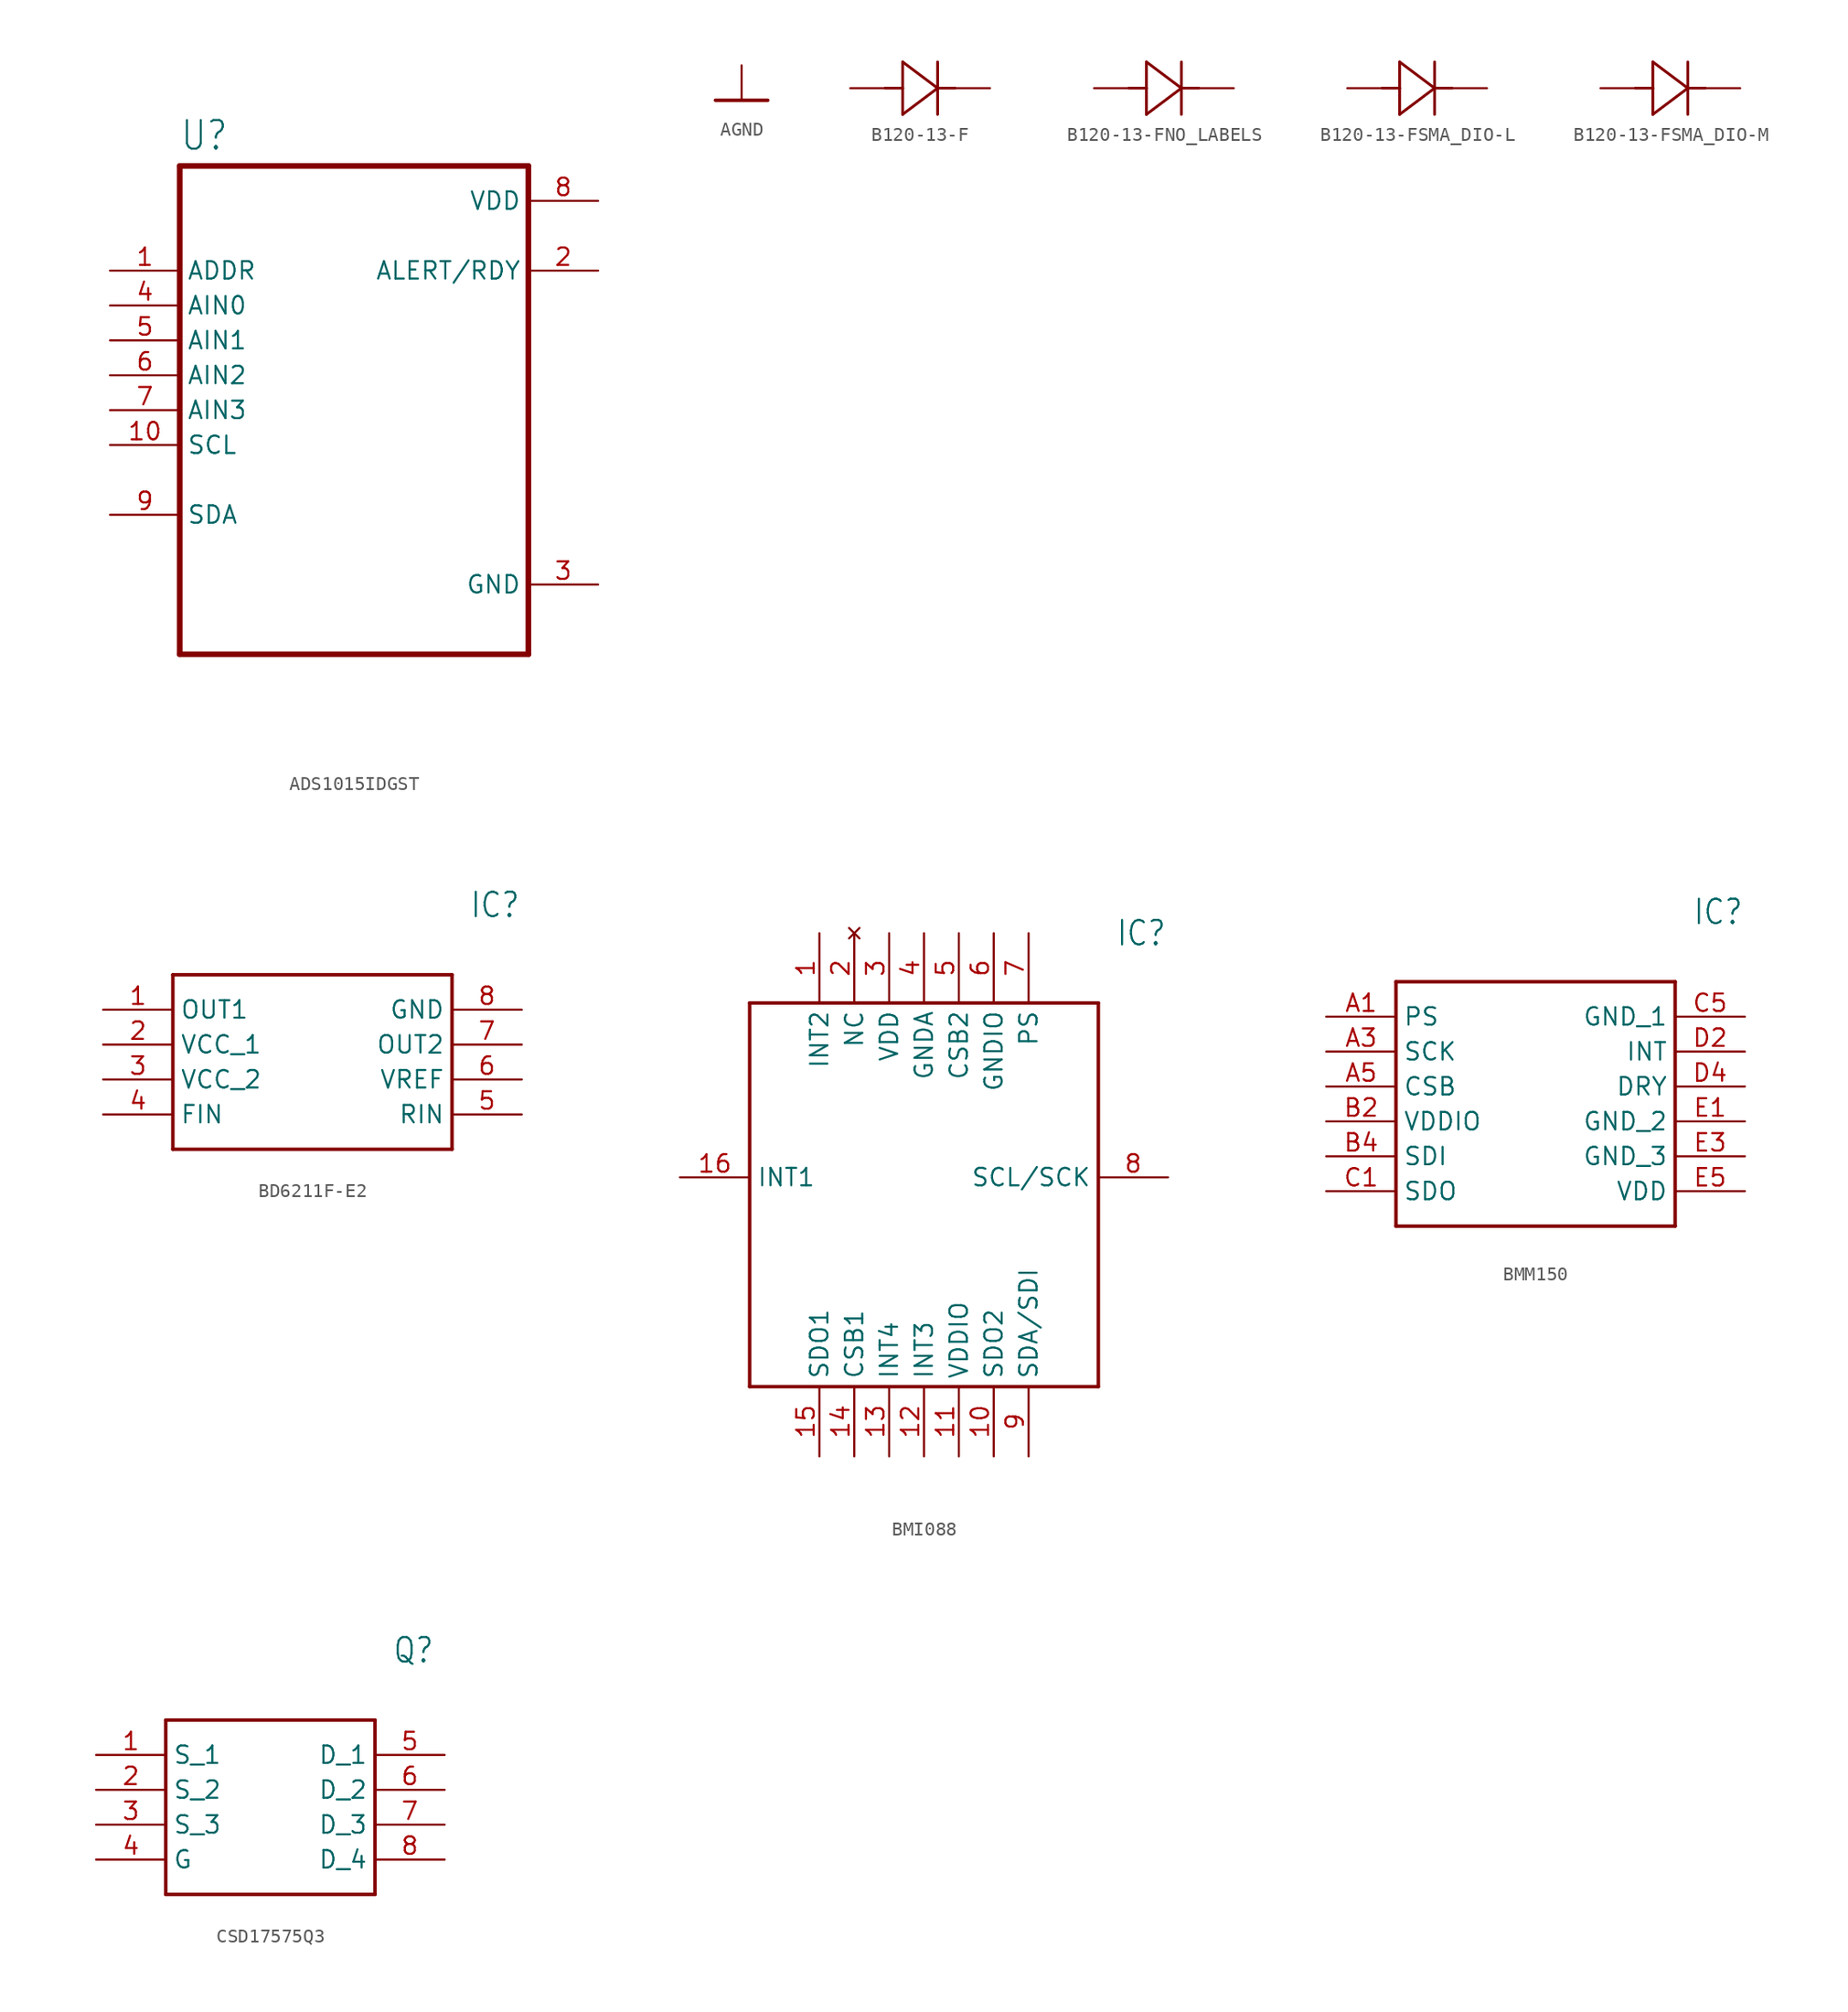
<source format=kicad_sym>
(kicad_symbol_lib
  (version 20231120)
  (generator "kicad_symbol_editor")
  (generator_version "8.0")
  (symbol "ADS1015IDGST"
    (property "Reference" "U"
      (at -12.7 18.78 0)
      (effects (font (size 2.083 1.77)) (justify left bottom)))
    (property "Value" ""
      (at -12.7 -21.78 0)
      (effects (font (size 2.083 1.77)) (justify left bottom)))
    (property "ki_locked" ""
      (at 0 0 0)
      (effects (font (size 1.27 1.27))))
    (symbol "ADS1015IDGST_1_0"
      (polyline (pts (xy -12.7 -17.78) (xy -12.7 17.78)) (stroke (width 0.41) (type solid)) (fill (type none)))
      (polyline (pts (xy -12.7 17.78) (xy 12.7 17.78)) (stroke (width 0.41) (type solid)) (fill (type none)))
      (polyline (pts (xy 12.7 -17.78) (xy -12.7 -17.78)) (stroke (width 0.41) (type solid)) (fill (type none)))
      (polyline (pts (xy 12.7 17.78) (xy 12.7 -17.78)) (stroke (width 0.41) (type solid)) (fill (type none)))
      (pin input line (at -17.78 10.16 0) (length 5.08) (name "ADDR" (effects (font (size 1.27 1.27)))) (number "1" (effects (font (size 1.27 1.27)))))
      (pin input line (at -17.78 -2.54 0) (length 5.08) (name "SCL" (effects (font (size 1.27 1.27)))) (number "10" (effects (font (size 1.27 1.27)))))
      (pin output line (at 17.78 10.16 180) (length 5.08) (name "ALERT/RDY" (effects (font (size 1.27 1.27)))) (number "2" (effects (font (size 1.27 1.27)))))
      (pin power_in line (at 17.78 -12.7 180) (length 5.08) (name "GND" (effects (font (size 1.27 1.27)))) (number "3" (effects (font (size 1.27 1.27)))))
      (pin input line (at -17.78 7.62 0) (length 5.08) (name "AIN0" (effects (font (size 1.27 1.27)))) (number "4" (effects (font (size 1.27 1.27)))))
      (pin input line (at -17.78 5.08 0) (length 5.08) (name "AIN1" (effects (font (size 1.27 1.27)))) (number "5" (effects (font (size 1.27 1.27)))))
      (pin input line (at -17.78 2.54 0) (length 5.08) (name "AIN2" (effects (font (size 1.27 1.27)))) (number "6" (effects (font (size 1.27 1.27)))))
      (pin input line (at -17.78 0 0) (length 5.08) (name "AIN3" (effects (font (size 1.27 1.27)))) (number "7" (effects (font (size 1.27 1.27)))))
      (pin power_in line (at 17.78 15.24 180) (length 5.08) (name "VDD" (effects (font (size 1.27 1.27)))) (number "8" (effects (font (size 1.27 1.27)))))
      (pin bidirectional line (at -17.78 -7.62 0) (length 5.08) (name "SDA" (effects (font (size 1.27 1.27)))) (number "9" (effects (font (size 1.27 1.27)))))))
  (symbol "AGND"
    (power)
    (property "Reference" ""
      (at 0 0 0)
      (effects (font (size 1.27 1.27)) (hide yes)))
    (property "Value" ""
      (at 0 -0.254 0)
      (effects (font (size 1.778 1.511)) (justify top)))
    (property "ki_locked" ""
      (at 0 0 0)
      (effects (font (size 1.27 1.27))))
    (symbol "AGND_1_0"
      (polyline (pts (xy -1.905 0) (xy 1.905 0)) (stroke (width 0.254) (type solid)) (fill (type none)))
      (pin power_in line (at 0 2.54 270) (length 2.54) (name "AGND" (effects (font (size 0 0)))) (number "1" (effects (font (size 0 0)))))))
  (symbol "B120-13-F"
    (property "Reference" "CR"
      (at -2.819 2.692 0)
      (effects (font (size 3.48 2.958)) (justify left bottom) (hide yes)))
    (property "ki_locked" ""
      (at 0 0 0)
      (effects (font (size 1.27 1.27))))
    (symbol "B120-13-F_1_0"
      (polyline (pts (xy 2.54 0) (xy 3.81 0)) (stroke (width 0.203) (type solid)) (fill (type none)))
      (polyline (pts (xy 3.81 -1.905) (xy 6.35 0)) (stroke (width 0.203) (type solid)) (fill (type none)))
      (polyline (pts (xy 3.81 0) (xy 3.81 -1.905)) (stroke (width 0.203) (type solid)) (fill (type none)))
      (polyline (pts (xy 3.81 1.905) (xy 3.81 0)) (stroke (width 0.203) (type solid)) (fill (type none)))
      (polyline (pts (xy 6.35 -1.905) (xy 6.35 0)) (stroke (width 0.203) (type solid)) (fill (type none)))
      (polyline (pts (xy 6.35 0) (xy 3.81 1.905)) (stroke (width 0.203) (type solid)) (fill (type none)))
      (polyline (pts (xy 6.35 0) (xy 6.35 1.905)) (stroke (width 0.203) (type solid)) (fill (type none)))
      (polyline (pts (xy 6.35 0) (xy 7.62 0)) (stroke (width 0.203) (type solid)) (fill (type none)))
      (pin passive line (at 10.16 0 180) (length 2.54) (name "1" (effects (font (size 0 0)))) (number "1" (effects (font (size 0 0)))))
      (pin passive line (at 0 0 0) (length 2.54) (name "2" (effects (font (size 0 0)))) (number "2" (effects (font (size 0 0)))))))
  (symbol "B120-13-FNO_LABELS"
    (property "Reference" "CR"
      (at -2.819 2.692 0)
      (effects (font (size 3.48 2.958)) (justify left bottom) (hide yes)))
    (property "ki_locked" ""
      (at 0 0 0)
      (effects (font (size 1.27 1.27))))
    (symbol "B120-13-FNO_LABELS_1_0"
      (polyline (pts (xy 2.54 0) (xy 3.81 0)) (stroke (width 0.203) (type solid)) (fill (type none)))
      (polyline (pts (xy 3.81 -1.905) (xy 6.35 0)) (stroke (width 0.203) (type solid)) (fill (type none)))
      (polyline (pts (xy 3.81 0) (xy 3.81 -1.905)) (stroke (width 0.203) (type solid)) (fill (type none)))
      (polyline (pts (xy 3.81 1.905) (xy 3.81 0)) (stroke (width 0.203) (type solid)) (fill (type none)))
      (polyline (pts (xy 6.35 -1.905) (xy 6.35 0)) (stroke (width 0.203) (type solid)) (fill (type none)))
      (polyline (pts (xy 6.35 0) (xy 3.81 1.905)) (stroke (width 0.203) (type solid)) (fill (type none)))
      (polyline (pts (xy 6.35 0) (xy 6.35 1.905)) (stroke (width 0.203) (type solid)) (fill (type none)))
      (polyline (pts (xy 6.35 0) (xy 7.62 0)) (stroke (width 0.203) (type solid)) (fill (type none)))
      (pin passive line (at 10.16 0 180) (length 2.54) (name "1" (effects (font (size 0 0)))) (number "1" (effects (font (size 0 0)))))
      (pin passive line (at 0 0 0) (length 2.54) (name "2" (effects (font (size 0 0)))) (number "2" (effects (font (size 0 0)))))))
  (symbol "B120-13-FSMA_DIO-L"
    (property "Reference" "CR"
      (at -2.819 2.692 0)
      (effects (font (size 3.48 2.958)) (justify left bottom) (hide yes)))
    (property "ki_locked" ""
      (at 0 0 0)
      (effects (font (size 1.27 1.27))))
    (symbol "B120-13-FSMA_DIO-L_1_0"
      (polyline (pts (xy 2.54 0) (xy 3.81 0)) (stroke (width 0.203) (type solid)) (fill (type none)))
      (polyline (pts (xy 3.81 -1.905) (xy 6.35 0)) (stroke (width 0.203) (type solid)) (fill (type none)))
      (polyline (pts (xy 3.81 0) (xy 3.81 -1.905)) (stroke (width 0.203) (type solid)) (fill (type none)))
      (polyline (pts (xy 3.81 1.905) (xy 3.81 0)) (stroke (width 0.203) (type solid)) (fill (type none)))
      (polyline (pts (xy 6.35 -1.905) (xy 6.35 0)) (stroke (width 0.203) (type solid)) (fill (type none)))
      (polyline (pts (xy 6.35 0) (xy 3.81 1.905)) (stroke (width 0.203) (type solid)) (fill (type none)))
      (polyline (pts (xy 6.35 0) (xy 6.35 1.905)) (stroke (width 0.203) (type solid)) (fill (type none)))
      (polyline (pts (xy 6.35 0) (xy 7.62 0)) (stroke (width 0.203) (type solid)) (fill (type none)))
      (pin passive line (at 10.16 0 180) (length 2.54) (name "1" (effects (font (size 0 0)))) (number "1" (effects (font (size 0 0)))))
      (pin passive line (at 0 0 0) (length 2.54) (name "2" (effects (font (size 0 0)))) (number "2" (effects (font (size 0 0)))))))
  (symbol "B120-13-FSMA_DIO-M"
    (property "Reference" "CR"
      (at -2.819 2.692 0)
      (effects (font (size 3.48 2.958)) (justify left bottom) (hide yes)))
    (property "ki_locked" ""
      (at 0 0 0)
      (effects (font (size 1.27 1.27))))
    (symbol "B120-13-FSMA_DIO-M_1_0"
      (polyline (pts (xy 2.54 0) (xy 3.81 0)) (stroke (width 0.203) (type solid)) (fill (type none)))
      (polyline (pts (xy 3.81 -1.905) (xy 6.35 0)) (stroke (width 0.203) (type solid)) (fill (type none)))
      (polyline (pts (xy 3.81 0) (xy 3.81 -1.905)) (stroke (width 0.203) (type solid)) (fill (type none)))
      (polyline (pts (xy 3.81 1.905) (xy 3.81 0)) (stroke (width 0.203) (type solid)) (fill (type none)))
      (polyline (pts (xy 6.35 -1.905) (xy 6.35 0)) (stroke (width 0.203) (type solid)) (fill (type none)))
      (polyline (pts (xy 6.35 0) (xy 3.81 1.905)) (stroke (width 0.203) (type solid)) (fill (type none)))
      (polyline (pts (xy 6.35 0) (xy 6.35 1.905)) (stroke (width 0.203) (type solid)) (fill (type none)))
      (polyline (pts (xy 6.35 0) (xy 7.62 0)) (stroke (width 0.203) (type solid)) (fill (type none)))
      (pin passive line (at 10.16 0 180) (length 2.54) (name "1" (effects (font (size 0 0)))) (number "1" (effects (font (size 0 0)))))
      (pin passive line (at 0 0 0) (length 2.54) (name "2" (effects (font (size 0 0)))) (number "2" (effects (font (size 0 0)))))))
  (symbol "BD6211F-E2"
    (property "Reference" "IC"
      (at 26.67 7.62 0)
      (effects (font (size 1.778 1.511)) (justify left)))
    (property "Value" ""
      (at 26.67 5.08 0)
      (effects (font (size 1.778 1.511)) (justify left)))
    (property "ki_locked" ""
      (at 0 0 0)
      (effects (font (size 1.27 1.27))))
    (symbol "BD6211F-E2_1_0"
      (polyline (pts (xy 5.08 2.54) (xy 5.08 -10.16)) (stroke (width 0.254) (type solid)) (fill (type none)))
      (polyline (pts (xy 5.08 2.54) (xy 25.4 2.54)) (stroke (width 0.254) (type solid)) (fill (type none)))
      (polyline (pts (xy 25.4 -10.16) (xy 5.08 -10.16)) (stroke (width 0.254) (type solid)) (fill (type none)))
      (polyline (pts (xy 25.4 -10.16) (xy 25.4 2.54)) (stroke (width 0.254) (type solid)) (fill (type none)))
      (pin bidirectional line (at 0 0 0) (length 5.08) (name "OUT1" (effects (font (size 1.27 1.27)))) (number "1" (effects (font (size 1.27 1.27)))))
      (pin bidirectional line (at 0 -2.54 0) (length 5.08) (name "VCC_1" (effects (font (size 1.27 1.27)))) (number "2" (effects (font (size 1.27 1.27)))))
      (pin bidirectional line (at 0 -5.08 0) (length 5.08) (name "VCC_2" (effects (font (size 1.27 1.27)))) (number "3" (effects (font (size 1.27 1.27)))))
      (pin bidirectional line (at 0 -7.62 0) (length 5.08) (name "FIN" (effects (font (size 1.27 1.27)))) (number "4" (effects (font (size 1.27 1.27)))))
      (pin bidirectional line (at 30.48 -7.62 180) (length 5.08) (name "RIN" (effects (font (size 1.27 1.27)))) (number "5" (effects (font (size 1.27 1.27)))))
      (pin bidirectional line (at 30.48 -5.08 180) (length 5.08) (name "VREF" (effects (font (size 1.27 1.27)))) (number "6" (effects (font (size 1.27 1.27)))))
      (pin bidirectional line (at 30.48 -2.54 180) (length 5.08) (name "OUT2" (effects (font (size 1.27 1.27)))) (number "7" (effects (font (size 1.27 1.27)))))
      (pin bidirectional line (at 30.48 0 180) (length 5.08) (name "GND" (effects (font (size 1.27 1.27)))) (number "8" (effects (font (size 1.27 1.27)))))))
  (symbol "BMI088"
    (property "Reference" "IC"
      (at 31.75 17.78 0)
      (effects (font (size 1.778 1.511)) (justify left)))
    (property "Value" ""
      (at 31.75 15.24 0)
      (effects (font (size 1.778 1.511)) (justify left)))
    (property "ki_locked" ""
      (at 0 0 0)
      (effects (font (size 1.27 1.27))))
    (symbol "BMI088_1_0"
      (polyline (pts (xy 5.08 12.7) (xy 5.08 -15.24)) (stroke (width 0.254) (type solid)) (fill (type none)))
      (polyline (pts (xy 5.08 12.7) (xy 30.48 12.7)) (stroke (width 0.254) (type solid)) (fill (type none)))
      (polyline (pts (xy 30.48 -15.24) (xy 5.08 -15.24)) (stroke (width 0.254) (type solid)) (fill (type none)))
      (polyline (pts (xy 30.48 -15.24) (xy 30.48 12.7)) (stroke (width 0.254) (type solid)) (fill (type none)))
      (pin bidirectional line (at 10.16 17.78 270) (length 5.08) (name "INT2" (effects (font (size 1.27 1.27)))) (number "1" (effects (font (size 1.27 1.27)))))
      (pin bidirectional line (at 22.86 -20.32 90) (length 5.08) (name "SDO2" (effects (font (size 1.27 1.27)))) (number "10" (effects (font (size 1.27 1.27)))))
      (pin bidirectional line (at 20.32 -20.32 90) (length 5.08) (name "VDDIO" (effects (font (size 1.27 1.27)))) (number "11" (effects (font (size 1.27 1.27)))))
      (pin bidirectional line (at 17.78 -20.32 90) (length 5.08) (name "INT3" (effects (font (size 1.27 1.27)))) (number "12" (effects (font (size 1.27 1.27)))))
      (pin bidirectional line (at 15.24 -20.32 90) (length 5.08) (name "INT4" (effects (font (size 1.27 1.27)))) (number "13" (effects (font (size 1.27 1.27)))))
      (pin bidirectional line (at 12.7 -20.32 90) (length 5.08) (name "CSB1" (effects (font (size 1.27 1.27)))) (number "14" (effects (font (size 1.27 1.27)))))
      (pin bidirectional line (at 10.16 -20.32 90) (length 5.08) (name "SDO1" (effects (font (size 1.27 1.27)))) (number "15" (effects (font (size 1.27 1.27)))))
      (pin bidirectional line (at 0 0 0) (length 5.08) (name "INT1" (effects (font (size 1.27 1.27)))) (number "16" (effects (font (size 1.27 1.27)))))
      (pin no_connect line (at 12.7 17.78 270) (length 5.08) (name "NC" (effects (font (size 1.27 1.27)))) (number "2" (effects (font (size 1.27 1.27)))))
      (pin bidirectional line (at 15.24 17.78 270) (length 5.08) (name "VDD" (effects (font (size 1.27 1.27)))) (number "3" (effects (font (size 1.27 1.27)))))
      (pin bidirectional line (at 17.78 17.78 270) (length 5.08) (name "GNDA" (effects (font (size 1.27 1.27)))) (number "4" (effects (font (size 1.27 1.27)))))
      (pin bidirectional line (at 20.32 17.78 270) (length 5.08) (name "CSB2" (effects (font (size 1.27 1.27)))) (number "5" (effects (font (size 1.27 1.27)))))
      (pin bidirectional line (at 22.86 17.78 270) (length 5.08) (name "GNDIO" (effects (font (size 1.27 1.27)))) (number "6" (effects (font (size 1.27 1.27)))))
      (pin bidirectional line (at 25.4 17.78 270) (length 5.08) (name "PS" (effects (font (size 1.27 1.27)))) (number "7" (effects (font (size 1.27 1.27)))))
      (pin bidirectional line (at 35.56 0 180) (length 5.08) (name "SCL/SCK" (effects (font (size 1.27 1.27)))) (number "8" (effects (font (size 1.27 1.27)))))
      (pin bidirectional line (at 25.4 -20.32 90) (length 5.08) (name "SDA/SDI" (effects (font (size 1.27 1.27)))) (number "9" (effects (font (size 1.27 1.27)))))))
  (symbol "BMM150"
    (property "Reference" "IC"
      (at 26.67 7.62 0)
      (effects (font (size 1.778 1.511)) (justify left)))
    (property "Value" ""
      (at 26.67 5.08 0)
      (effects (font (size 1.778 1.511)) (justify left)))
    (property "ki_locked" ""
      (at 0 0 0)
      (effects (font (size 1.27 1.27))))
    (symbol "BMM150_1_0"
      (polyline (pts (xy 5.08 2.54) (xy 5.08 -15.24)) (stroke (width 0.254) (type solid)) (fill (type none)))
      (polyline (pts (xy 5.08 2.54) (xy 25.4 2.54)) (stroke (width 0.254) (type solid)) (fill (type none)))
      (polyline (pts (xy 25.4 -15.24) (xy 5.08 -15.24)) (stroke (width 0.254) (type solid)) (fill (type none)))
      (polyline (pts (xy 25.4 -15.24) (xy 25.4 2.54)) (stroke (width 0.254) (type solid)) (fill (type none)))
      (pin bidirectional line (at 0 0 0) (length 5.08) (name "PS" (effects (font (size 1.27 1.27)))) (number "A1" (effects (font (size 1.27 1.27)))))
      (pin bidirectional line (at 0 -2.54 0) (length 5.08) (name "SCK" (effects (font (size 1.27 1.27)))) (number "A3" (effects (font (size 1.27 1.27)))))
      (pin bidirectional line (at 0 -5.08 0) (length 5.08) (name "CSB" (effects (font (size 1.27 1.27)))) (number "A5" (effects (font (size 1.27 1.27)))))
      (pin bidirectional line (at 0 -7.62 0) (length 5.08) (name "VDDIO" (effects (font (size 1.27 1.27)))) (number "B2" (effects (font (size 1.27 1.27)))))
      (pin bidirectional line (at 0 -10.16 0) (length 5.08) (name "SDI" (effects (font (size 1.27 1.27)))) (number "B4" (effects (font (size 1.27 1.27)))))
      (pin bidirectional line (at 0 -12.7 0) (length 5.08) (name "SDO" (effects (font (size 1.27 1.27)))) (number "C1" (effects (font (size 1.27 1.27)))))
      (pin bidirectional line (at 30.48 0 180) (length 5.08) (name "GND_1" (effects (font (size 1.27 1.27)))) (number "C5" (effects (font (size 1.27 1.27)))))
      (pin bidirectional line (at 30.48 -2.54 180) (length 5.08) (name "INT" (effects (font (size 1.27 1.27)))) (number "D2" (effects (font (size 1.27 1.27)))))
      (pin bidirectional line (at 30.48 -5.08 180) (length 5.08) (name "DRY" (effects (font (size 1.27 1.27)))) (number "D4" (effects (font (size 1.27 1.27)))))
      (pin bidirectional line (at 30.48 -7.62 180) (length 5.08) (name "GND_2" (effects (font (size 1.27 1.27)))) (number "E1" (effects (font (size 1.27 1.27)))))
      (pin bidirectional line (at 30.48 -10.16 180) (length 5.08) (name "GND_3" (effects (font (size 1.27 1.27)))) (number "E3" (effects (font (size 1.27 1.27)))))
      (pin bidirectional line (at 30.48 -12.7 180) (length 5.08) (name "VDD" (effects (font (size 1.27 1.27)))) (number "E5" (effects (font (size 1.27 1.27)))))))
  (symbol "CSD17575Q3"
    (property "Reference" "Q"
      (at 21.59 7.62 0)
      (effects (font (size 1.778 1.511)) (justify left)))
    (property "Value" ""
      (at 21.59 5.08 0)
      (effects (font (size 1.778 1.511)) (justify left)))
    (property "ki_locked" ""
      (at 0 0 0)
      (effects (font (size 1.27 1.27))))
    (symbol "CSD17575Q3_1_0"
      (polyline (pts (xy 5.08 2.54) (xy 5.08 -10.16)) (stroke (width 0.254) (type solid)) (fill (type none)))
      (polyline (pts (xy 5.08 2.54) (xy 20.32 2.54)) (stroke (width 0.254) (type solid)) (fill (type none)))
      (polyline (pts (xy 20.32 -10.16) (xy 5.08 -10.16)) (stroke (width 0.254) (type solid)) (fill (type none)))
      (polyline (pts (xy 20.32 -10.16) (xy 20.32 2.54)) (stroke (width 0.254) (type solid)) (fill (type none)))
      (pin bidirectional line (at 0 0 0) (length 5.08) (name "S_1" (effects (font (size 1.27 1.27)))) (number "1" (effects (font (size 1.27 1.27)))))
      (pin bidirectional line (at 0 -2.54 0) (length 5.08) (name "S_2" (effects (font (size 1.27 1.27)))) (number "2" (effects (font (size 1.27 1.27)))))
      (pin bidirectional line (at 0 -5.08 0) (length 5.08) (name "S_3" (effects (font (size 1.27 1.27)))) (number "3" (effects (font (size 1.27 1.27)))))
      (pin bidirectional line (at 0 -7.62 0) (length 5.08) (name "G" (effects (font (size 1.27 1.27)))) (number "4" (effects (font (size 1.27 1.27)))))
      (pin bidirectional line (at 25.4 0 180) (length 5.08) (name "D_1" (effects (font (size 1.27 1.27)))) (number "5" (effects (font (size 1.27 1.27)))))
      (pin bidirectional line (at 25.4 -2.54 180) (length 5.08) (name "D_2" (effects (font (size 1.27 1.27)))) (number "6" (effects (font (size 1.27 1.27)))))
      (pin bidirectional line (at 25.4 -5.08 180) (length 5.08) (name "D_3" (effects (font (size 1.27 1.27)))) (number "7" (effects (font (size 1.27 1.27)))))
      (pin bidirectional line (at 25.4 -7.62 180) (length 5.08) (name "D_4" (effects (font (size 1.27 1.27)))) (number "8" (effects (font (size 1.27 1.27))))))))
</source>
